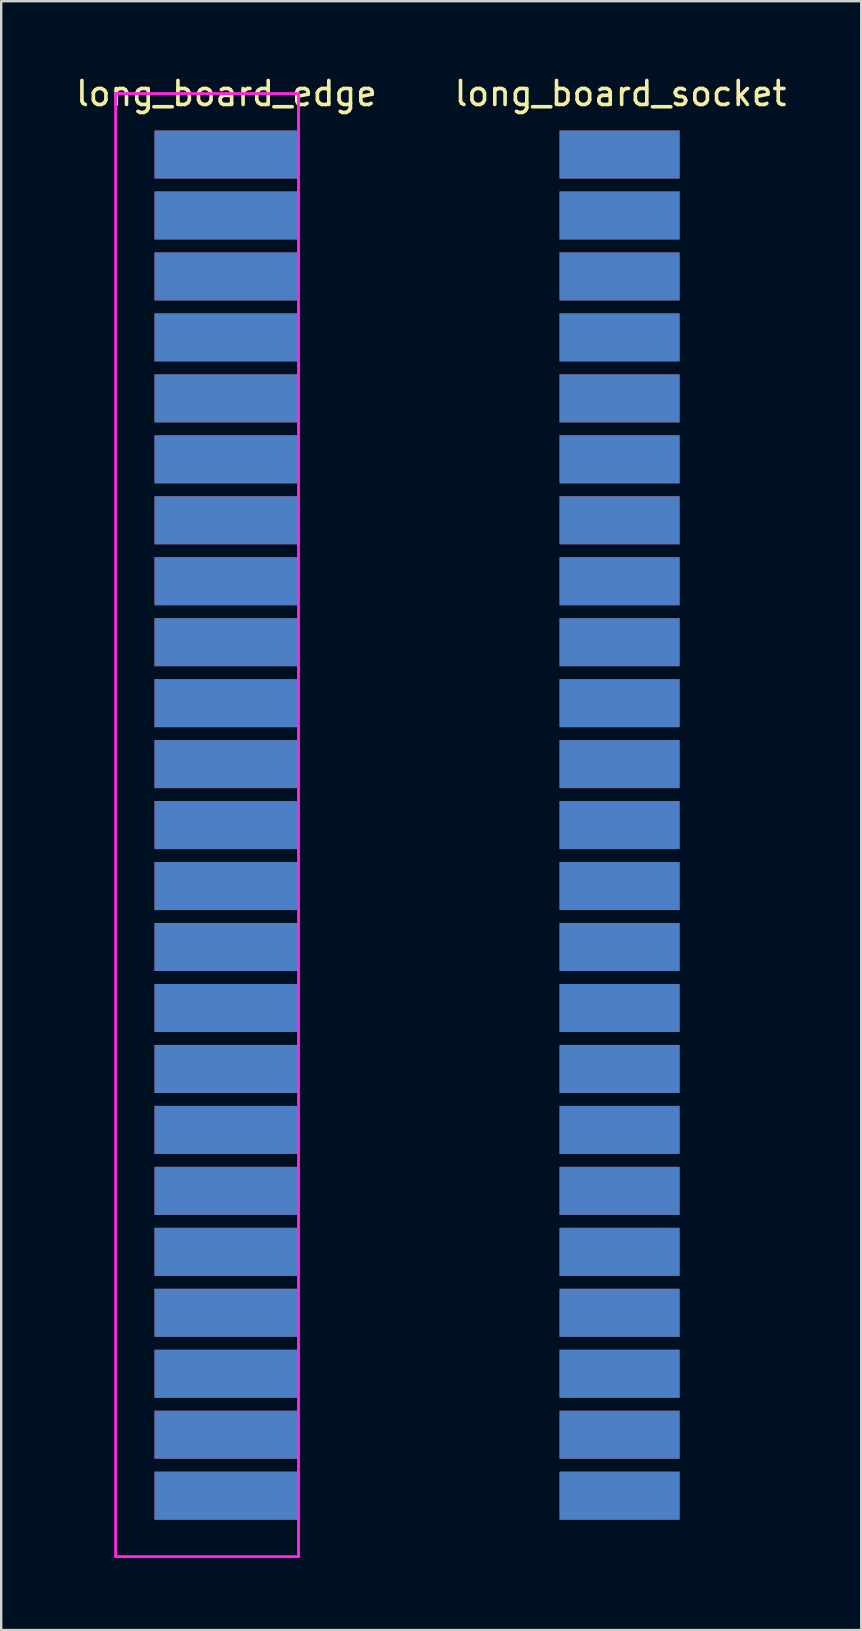
<source format=kicad_pcb>
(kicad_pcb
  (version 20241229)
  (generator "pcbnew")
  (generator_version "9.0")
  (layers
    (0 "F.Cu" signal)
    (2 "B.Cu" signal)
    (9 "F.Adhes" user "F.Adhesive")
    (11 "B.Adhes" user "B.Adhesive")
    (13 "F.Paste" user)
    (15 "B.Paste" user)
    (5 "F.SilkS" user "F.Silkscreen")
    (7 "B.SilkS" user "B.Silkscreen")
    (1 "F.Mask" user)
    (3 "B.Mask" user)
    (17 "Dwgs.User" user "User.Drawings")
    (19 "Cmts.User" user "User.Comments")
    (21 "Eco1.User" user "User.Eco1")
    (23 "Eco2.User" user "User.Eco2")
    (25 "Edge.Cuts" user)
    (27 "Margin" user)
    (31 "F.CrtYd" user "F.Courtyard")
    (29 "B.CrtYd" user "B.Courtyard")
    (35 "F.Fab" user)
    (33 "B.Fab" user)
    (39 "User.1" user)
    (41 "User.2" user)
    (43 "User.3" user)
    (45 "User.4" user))
  (footprint "long_board_socket"
    (layer "F.Cu")
    (at 20.264 3.388)
    (property "Reference" "long_board_socket" (at 2.54 -2.54 0) (layer "F.SilkS") (effects (font (size 1 1) (thickness 0.15))))
    (attr through_hole)
    (pad "a1" connect rect (at 0 0) (size 5 2) (drill (offset 2.5 0)) (layers "F.Cu" "F.Mask"))
    (pad "a2" connect rect (at 0 2.54) (size 5 2) (drill (offset 2.5 0)) (layers "F.Cu" "F.Mask"))
    (pad "a3" connect rect (at 0 5.08) (size 5 2) (drill (offset 2.5 0)) (layers "F.Cu" "F.Mask"))
    (pad "a4" connect rect (at 0 7.62) (size 5 2) (drill (offset 2.5 0)) (layers "F.Cu" "F.Mask"))
    (pad "a5" connect rect (at 0 10.16) (size 5 2) (drill (offset 2.5 0)) (layers "F.Cu" "F.Mask"))
    (pad "a6" connect rect (at 0 12.7) (size 5 2) (drill (offset 2.5 0)) (layers "F.Cu" "F.Mask"))
    (pad "a7" connect rect (at 0 15.24) (size 5 2) (drill (offset 2.5 0)) (layers "F.Cu" "F.Mask"))
    (pad "a8" connect rect (at 0 17.78) (size 5 2) (drill (offset 2.5 0)) (layers "F.Cu" "F.Mask"))
    (pad "a9" connect rect (at 0 20.32) (size 5 2) (drill (offset 2.5 0)) (layers "F.Cu" "F.Mask"))
    (pad "a10" connect rect (at 0 22.86) (size 5 2) (drill (offset 2.5 0)) (layers "F.Cu" "F.Mask"))
    (pad "a11" connect rect (at 0 25.4) (size 5 2) (drill (offset 2.5 0)) (layers "F.Cu" "F.Mask"))
    (pad "a12" connect rect (at 0 27.94) (size 5 2) (drill (offset 2.5 0)) (layers "F.Cu" "F.Mask"))
    (pad "a13" connect rect (at 0 30.48) (size 5 2) (drill (offset 2.5 0)) (layers "F.Cu" "F.Mask"))
    (pad "a14" connect rect (at 0 33.02) (size 5 2) (drill (offset 2.5 0)) (layers "F.Cu" "F.Mask"))
    (pad "a15" connect rect (at 0 35.56) (size 5 2) (drill (offset 2.5 0)) (layers "F.Cu" "F.Mask"))
    (pad "a16" connect rect (at 0 38.1) (size 5 2) (drill (offset 2.5 0)) (layers "F.Cu" "F.Mask"))
    (pad "a17" connect rect (at 0 40.64) (size 5 2) (drill (offset 2.5 0)) (layers "F.Cu" "F.Mask"))
    (pad "a18" connect rect (at 0 43.18) (size 5 2) (drill (offset 2.5 0)) (layers "F.Cu" "F.Mask"))
    (pad "a19" connect rect (at 0 45.72) (size 5 2) (drill (offset 2.5 0)) (layers "F.Cu" "F.Mask"))
    (pad "a20" connect rect (at 0 48.26) (size 5 2) (drill (offset 2.5 0)) (layers "F.Cu" "F.Mask"))
    (pad "a21" connect rect (at 0 50.8) (size 5 2) (drill (offset 2.5 0)) (layers "F.Cu" "F.Mask"))
    (pad "a22" connect rect (at 0 53.34) (size 5 2) (drill (offset 2.5 0)) (layers "F.Cu" "F.Mask"))
    (pad "a23" connect rect (at 0 55.88) (size 5 2) (drill (offset 2.5 0)) (layers "F.Cu" "F.Mask"))
    (pad "b1" connect rect (at 0 0) (size 5 2) (drill (offset 2.5 0)) (layers "B.Cu" "B.Mask"))
    (pad "b2" connect rect (at 0 2.54) (size 5 2) (drill (offset 2.5 0)) (layers "B.Cu" "B.Mask"))
    (pad "b3" connect rect (at 0 5.08) (size 5 2) (drill (offset 2.5 0)) (layers "B.Cu" "B.Mask"))
    (pad "b4" connect rect (at 0 7.62) (size 5 2) (drill (offset 2.5 0)) (layers "B.Cu" "B.Mask"))
    (pad "b5" connect rect (at 0 10.16) (size 5 2) (drill (offset 2.5 0)) (layers "B.Cu" "B.Mask"))
    (pad "b6" connect rect (at 0 12.7) (size 5 2) (drill (offset 2.5 0)) (layers "B.Cu" "B.Mask"))
    (pad "b7" connect rect (at 0 15.24) (size 5 2) (drill (offset 2.5 0)) (layers "B.Cu" "B.Mask"))
    (pad "b8" connect rect (at 0 17.78) (size 5 2) (drill (offset 2.5 0)) (layers "B.Cu" "B.Mask"))
    (pad "b9" connect rect (at 0 20.32) (size 5 2) (drill (offset 2.5 0)) (layers "B.Cu" "B.Mask"))
    (pad "b10" connect rect (at 0 22.86) (size 5 2) (drill (offset 2.5 0)) (layers "B.Cu" "B.Mask"))
    (pad "b11" connect rect (at 0 25.4) (size 5 2) (drill (offset 2.5 0)) (layers "B.Cu" "B.Mask"))
    (pad "b12" connect rect (at 0 27.94) (size 5 2) (drill (offset 2.5 0)) (layers "B.Cu" "B.Mask"))
    (pad "b13" connect rect (at 0 30.48) (size 5 2) (drill (offset 2.5 0)) (layers "B.Cu" "B.Mask"))
    (pad "b14" connect rect (at 0 33.02) (size 5 2) (drill (offset 2.5 0)) (layers "B.Cu" "B.Mask"))
    (pad "b15" connect rect (at 0 35.56) (size 5 2) (drill (offset 2.5 0)) (layers "B.Cu" "B.Mask"))
    (pad "b16" connect rect (at 0 38.1) (size 5 2) (drill (offset 2.5 0)) (layers "B.Cu" "B.Mask"))
    (pad "b17" connect rect (at 0 40.64) (size 5 2) (drill (offset 2.5 0)) (layers "B.Cu" "B.Mask"))
    (pad "b18" connect rect (at 0 43.18) (size 5 2) (drill (offset 2.5 0)) (layers "B.Cu" "B.Mask"))
    (pad "b19" connect rect (at 0 45.72) (size 5 2) (drill (offset 2.5 0)) (layers "B.Cu" "B.Mask"))
    (pad "b20" connect rect (at 0 48.26) (size 5 2) (drill (offset 2.5 0)) (layers "B.Cu" "B.Mask"))
    (pad "b21" connect rect (at 0 50.8) (size 5 2) (drill (offset 2.5 0)) (layers "B.Cu" "B.Mask"))
    (pad "b22" connect rect (at 0 53.34) (size 5 2) (drill (offset 2.5 0)) (layers "B.Cu" "B.Mask"))
    (pad "b23" connect rect (at 0 55.88) (size 5 2) (drill (offset 2.5 0)) (layers "B.Cu" "B.Mask")))
  (footprint "long_board_edge"
    (layer "F.Cu")
    (at 6.387 3.388)
    (property "Reference" "long_board_edge" (at 0 -2.54 0) (layer "F.SilkS") (effects (font (size 1 1) (thickness 0.15))))
    (attr through_hole)
    (fp_line (start -4.62 -2.54) (end -4.62 58.42) (stroke (width 0.12) (type solid)) (layer "F.CrtYd"))
    (fp_line (start -4.62 58.42) (end 3 58.42) (stroke (width 0.12) (type solid)) (layer "F.CrtYd"))
    (fp_line (start 3 -2.54) (end -4.62 -2.54) (stroke (width 0.12) (type solid)) (layer "F.CrtYd"))
    (fp_line (start 3 58.42) (end 3 -2.54) (stroke (width 0.12) (type solid)) (layer "F.CrtYd"))
    (pad "a1" connect rect (at 0 0) (size 6 2) (layers "F.Cu" "F.Mask"))
    (pad "a2" connect rect (at 0 2.54) (size 6 2) (layers "F.Cu" "F.Mask"))
    (pad "a3" connect rect (at 0 5.08) (size 6 2) (layers "F.Cu" "F.Mask"))
    (pad "a4" connect rect (at 0 7.62) (size 6 2) (layers "F.Cu" "F.Mask"))
    (pad "a5" connect rect (at 0 10.16) (size 6 2) (layers "F.Cu" "F.Mask"))
    (pad "a6" connect rect (at 0 12.7) (size 6 2) (layers "F.Cu" "F.Mask"))
    (pad "a7" connect rect (at 0 15.24) (size 6 2) (layers "F.Cu" "F.Mask"))
    (pad "a8" connect rect (at 0 17.78) (size 6 2) (layers "F.Cu" "F.Mask"))
    (pad "a9" connect rect (at 0 20.32) (size 6 2) (layers "F.Cu" "F.Mask"))
    (pad "a10" connect rect (at 0 22.86) (size 6 2) (layers "F.Cu" "F.Mask"))
    (pad "a11" connect rect (at 0 25.4) (size 6 2) (layers "F.Cu" "F.Mask"))
    (pad "a12" connect rect (at 0 27.94) (size 6 2) (layers "F.Cu" "F.Mask"))
    (pad "a13" connect rect (at 0 30.48) (size 6 2) (layers "F.Cu" "F.Mask"))
    (pad "a14" connect rect (at 0 33.02) (size 6 2) (layers "F.Cu" "F.Mask"))
    (pad "a15" connect rect (at 0 35.56) (size 6 2) (layers "F.Cu" "F.Mask"))
    (pad "a16" connect rect (at 0 38.1) (size 6 2) (layers "F.Cu" "F.Mask"))
    (pad "a17" connect rect (at 0 40.64) (size 6 2) (layers "F.Cu" "F.Mask"))
    (pad "a18" connect rect (at 0 43.18) (size 6 2) (layers "F.Cu" "F.Mask"))
    (pad "a19" connect rect (at 0 45.72) (size 6 2) (layers "F.Cu" "F.Mask"))
    (pad "a20" connect rect (at 0 48.26) (size 6 2) (layers "F.Cu" "F.Mask"))
    (pad "a21" connect rect (at 0 50.8) (size 6 2) (layers "F.Cu" "F.Mask"))
    (pad "a22" connect rect (at 0 53.34) (size 6 2) (layers "F.Cu" "F.Mask"))
    (pad "a23" connect rect (at 0 55.88) (size 6 2) (layers "F.Cu" "F.Mask"))
    (pad "b1" connect rect (at 0 0) (size 6 2) (layers "B.Cu" "B.Mask"))
    (pad "b2" connect rect (at 0 2.54) (size 6 2) (layers "B.Cu" "B.Mask"))
    (pad "b3" connect rect (at 0 5.08) (size 6 2) (layers "B.Cu" "B.Mask"))
    (pad "b4" connect rect (at 0 7.62) (size 6 2) (layers "B.Cu" "B.Mask"))
    (pad "b5" connect rect (at 0 10.16) (size 6 2) (layers "B.Cu" "B.Mask"))
    (pad "b6" connect rect (at 0 12.7) (size 6 2) (layers "B.Cu" "B.Mask"))
    (pad "b7" connect rect (at 0 15.24) (size 6 2) (layers "B.Cu" "B.Mask"))
    (pad "b8" connect rect (at 0 17.78) (size 6 2) (layers "B.Cu" "B.Mask"))
    (pad "b9" connect rect (at 0 20.32) (size 6 2) (layers "B.Cu" "B.Mask"))
    (pad "b10" connect rect (at 0 22.86) (size 6 2) (layers "B.Cu" "B.Mask"))
    (pad "b11" connect rect (at 0 25.4) (size 6 2) (layers "B.Cu" "B.Mask"))
    (pad "b12" connect rect (at 0 27.94) (size 6 2) (layers "B.Cu" "B.Mask"))
    (pad "b13" connect rect (at 0 30.48) (size 6 2) (layers "B.Cu" "B.Mask"))
    (pad "b14" connect rect (at 0 33.02) (size 6 2) (layers "B.Cu" "B.Mask"))
    (pad "b15" connect rect (at 0 35.56) (size 6 2) (layers "B.Cu" "B.Mask"))
    (pad "b16" connect rect (at 0 38.1) (size 6 2) (layers "B.Cu" "B.Mask"))
    (pad "b17" connect rect (at 0 40.64) (size 6 2) (layers "B.Cu" "B.Mask"))
    (pad "b18" connect rect (at 0 43.18) (size 6 2) (layers "B.Cu" "B.Mask"))
    (pad "b19" connect rect (at 0 45.72) (size 6 2) (layers "B.Cu" "B.Mask"))
    (pad "b20" connect rect (at 0 48.26) (size 6 2) (layers "B.Cu" "B.Mask"))
    (pad "b21" connect rect (at 0 50.8) (size 6 2) (layers "B.Cu" "B.Mask"))
    (pad "b22" connect rect (at 0 53.34) (size 6 2) (layers "B.Cu" "B.Mask"))
    (pad "b23" connect rect (at 0 55.88) (size 6 2) (layers "B.Cu" "B.Mask")))
  (gr_rect
    (start -3 -3)
    (end 32.833 64.868)
    (stroke (width 0.1) (type default))
    (fill no)
    (layer "Edge.Cuts")))
</source>
